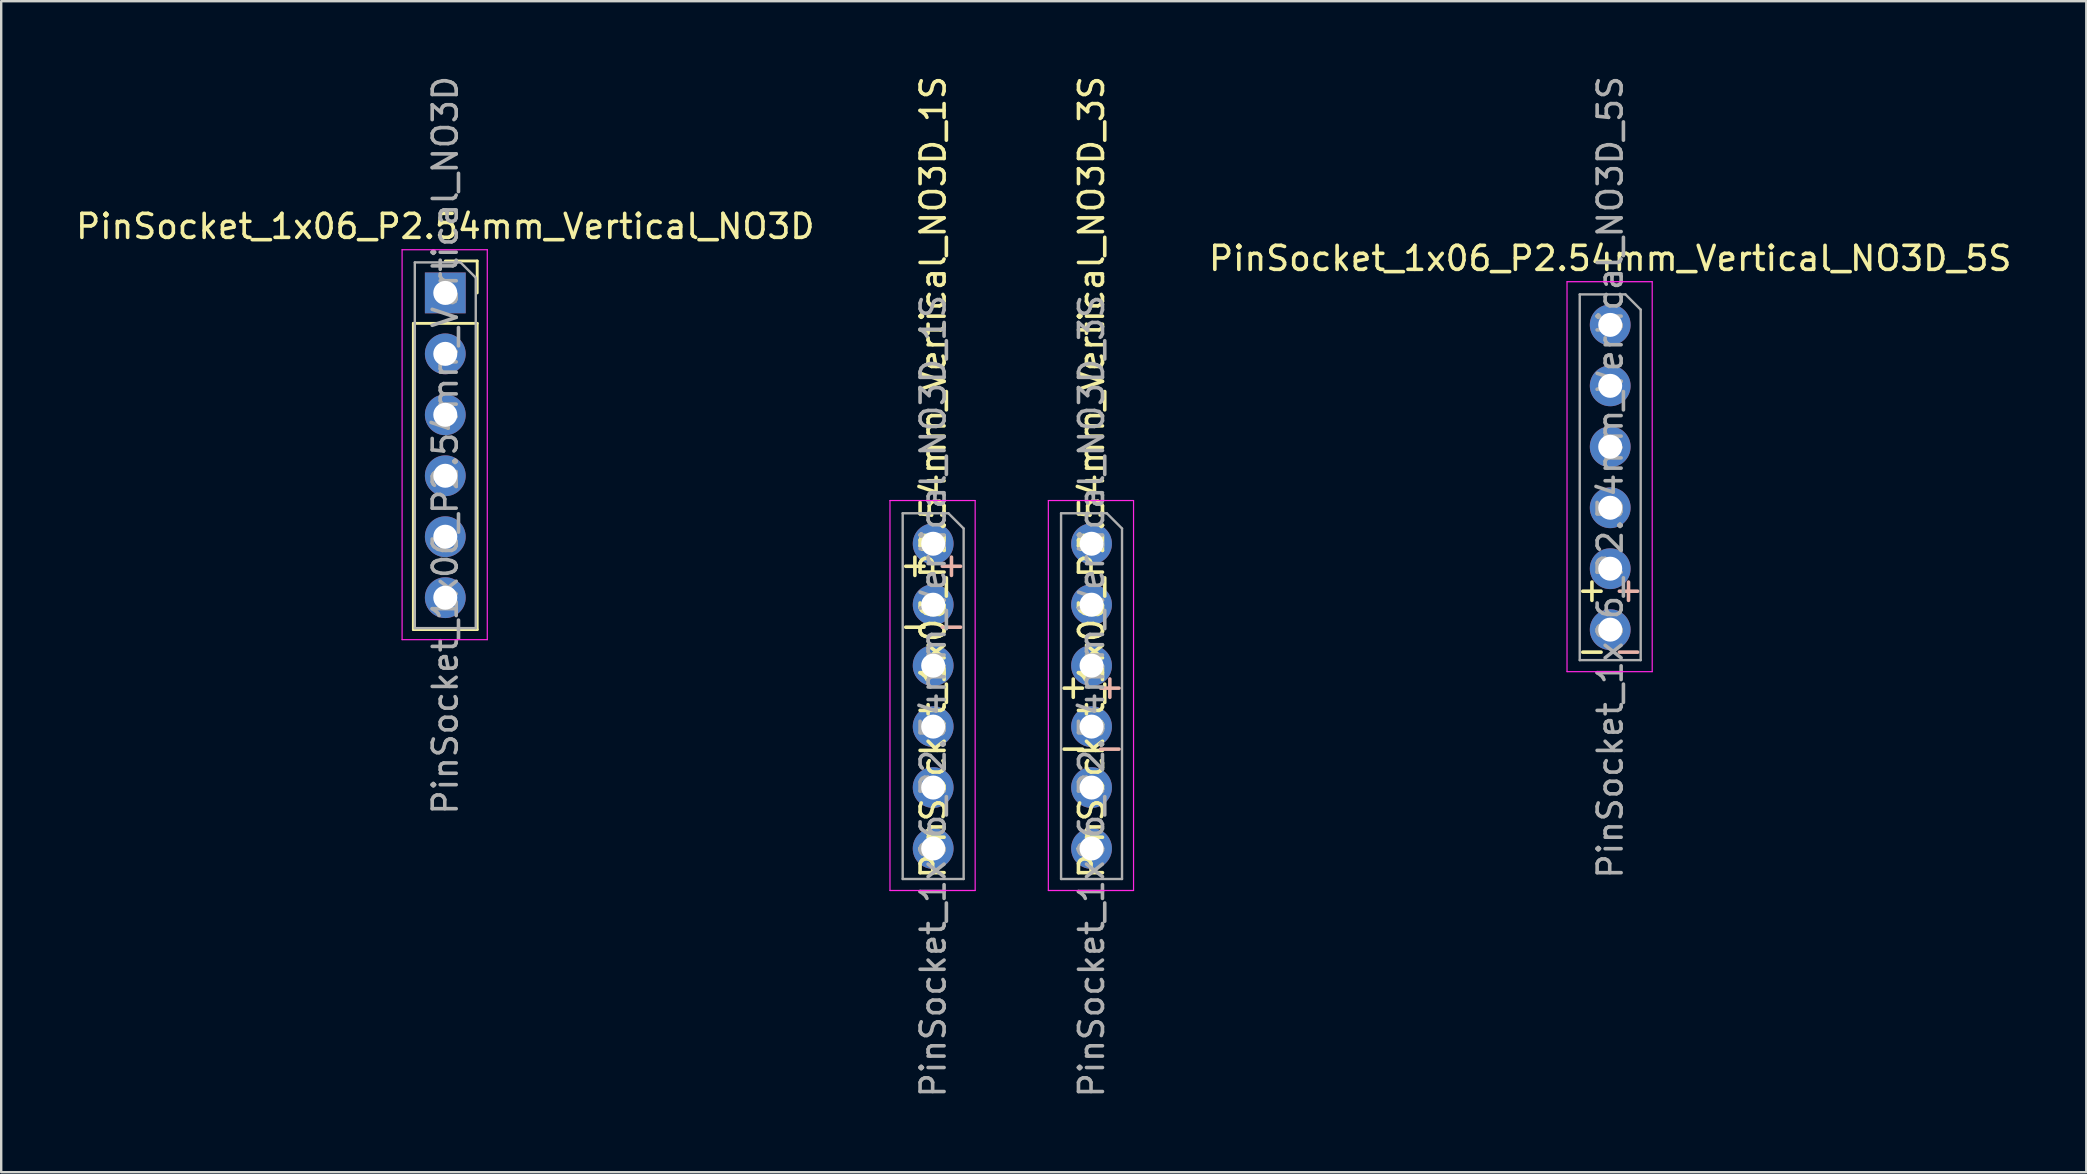
<source format=kicad_pcb>
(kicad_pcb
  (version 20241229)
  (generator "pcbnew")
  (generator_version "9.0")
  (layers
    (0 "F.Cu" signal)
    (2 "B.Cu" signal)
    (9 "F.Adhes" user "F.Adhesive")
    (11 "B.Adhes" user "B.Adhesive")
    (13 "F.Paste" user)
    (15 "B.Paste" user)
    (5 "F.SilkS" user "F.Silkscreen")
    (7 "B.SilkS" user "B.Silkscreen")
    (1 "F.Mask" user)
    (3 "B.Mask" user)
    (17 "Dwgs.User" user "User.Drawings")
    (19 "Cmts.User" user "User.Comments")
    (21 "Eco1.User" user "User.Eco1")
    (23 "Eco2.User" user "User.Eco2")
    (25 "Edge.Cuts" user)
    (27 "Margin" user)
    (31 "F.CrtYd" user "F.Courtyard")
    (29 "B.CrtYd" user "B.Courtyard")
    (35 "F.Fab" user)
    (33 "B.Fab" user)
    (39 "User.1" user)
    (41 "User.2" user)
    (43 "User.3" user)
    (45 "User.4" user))
  (footprint "PinSocket_1x06_P2.54mm_Vertical_NO3D_3S"
    (layer "F.Cu")
    (at 42.437 19.609)
    (property "Reference" "PinSocket_1x06_P2.54mm_Vertical_NO3D_3S" (at 0 -2.77 90) (layer "F.SilkS") (effects (font (size 1 1) (thickness 0.15))))
    (attr through_hole)
    (fp_line (start -1.8 -1.8) (end 1.75 -1.8) (stroke (width 0.05) (type solid)) (layer "F.CrtYd"))
    (fp_line (start -1.8 14.45) (end -1.8 -1.8) (stroke (width 0.05) (type solid)) (layer "F.CrtYd"))
    (fp_line (start 1.75 -1.8) (end 1.75 14.45) (stroke (width 0.05) (type solid)) (layer "F.CrtYd"))
    (fp_line (start 1.75 14.45) (end -1.8 14.45) (stroke (width 0.05) (type solid)) (layer "F.CrtYd"))
    (fp_line (start -1.27 -1.27) (end 0.635 -1.27) (stroke (width 0.1) (type solid)) (layer "F.Fab"))
    (fp_line (start -1.27 13.97) (end -1.27 -1.27) (stroke (width 0.1) (type solid)) (layer "F.Fab"))
    (fp_line (start 0.635 -1.27) (end 1.27 -0.635) (stroke (width 0.1) (type solid)) (layer "F.Fab"))
    (fp_line (start 1.27 -0.635) (end 1.27 13.97) (stroke (width 0.1) (type solid)) (layer "F.Fab"))
    (fp_line (start 1.27 13.97) (end -1.27 13.97) (stroke (width 0.1) (type solid)) (layer "F.Fab"))
    (fp_text user "-" (at -0.762 8.484 180) (layer "F.SilkS") (effects (font (size 1 1) (thickness 0.15))))
    (fp_text user "+" (at -0.762 5.944 0) (layer "F.SilkS") (effects (font (size 1 1) (thickness 0.15))))
    (fp_text user "-" (at 0.762 8.484 180) (layer "B.SilkS") (effects (font (size 1 1) (thickness 0.15)) (justify mirror)))
    (fp_text user "+" (at 0.762 5.944 0) (layer "B.SilkS") (effects (font (size 1 1) (thickness 0.15)) (justify mirror)))
    (fp_text user "${REFERENCE}" (at 0 6.35 90) (layer "F.Fab") (effects (font (size 1 1) (thickness 0.15))))
    (pad "1" thru_hole circle (at 0 0) (size 1.7 1.7) (drill 1) (layers "*.Cu" "*.Mask"))
    (pad "2" thru_hole oval (at 0 2.54) (size 1.7 1.7) (drill 1) (layers "*.Cu" "*.Mask"))
    (pad "3" thru_hole circle (at 0 5.08) (size 1.7 1.7) (drill 1) (layers "*.Cu" "*.Mask"))
    (pad "4" thru_hole oval (at 0 7.62) (size 1.7 1.7) (drill 1) (layers "*.Cu" "*.Mask"))
    (pad "5" thru_hole oval (at 0 10.16) (size 1.7 1.7) (drill 1) (layers "*.Cu" "*.Mask"))
    (pad "6" thru_hole oval (at 0 12.7) (size 1.7 1.7) (drill 1) (layers "*.Cu" "*.Mask")))
  (footprint "PinSocket_1x06_P2.54mm_Vertical_NO3D"
    (layer "F.Cu")
    (at 15.506 9.156)
    (property "Reference" "PinSocket_1x06_P2.54mm_Vertical_NO3D" (at 0 -2.77 0) (layer "F.SilkS") (effects (font (size 1 1) (thickness 0.15))))
    (attr through_hole)
    (fp_line (start -1.33 1.27) (end -1.33 14.03) (stroke (width 0.12) (type solid)) (layer "F.SilkS"))
    (fp_line (start -1.33 1.27) (end 1.33 1.27) (stroke (width 0.12) (type solid)) (layer "F.SilkS"))
    (fp_line (start -1.33 14.03) (end 1.33 14.03) (stroke (width 0.12) (type solid)) (layer "F.SilkS"))
    (fp_line (start 0 -1.33) (end 1.33 -1.33) (stroke (width 0.12) (type solid)) (layer "F.SilkS"))
    (fp_line (start 1.33 -1.33) (end 1.33 0) (stroke (width 0.12) (type solid)) (layer "F.SilkS"))
    (fp_line (start 1.33 1.27) (end 1.33 14.03) (stroke (width 0.12) (type solid)) (layer "F.SilkS"))
    (fp_line (start -1.8 -1.8) (end 1.75 -1.8) (stroke (width 0.05) (type solid)) (layer "F.CrtYd"))
    (fp_line (start -1.8 14.45) (end -1.8 -1.8) (stroke (width 0.05) (type solid)) (layer "F.CrtYd"))
    (fp_line (start 1.75 -1.8) (end 1.75 14.45) (stroke (width 0.05) (type solid)) (layer "F.CrtYd"))
    (fp_line (start 1.75 14.45) (end -1.8 14.45) (stroke (width 0.05) (type solid)) (layer "F.CrtYd"))
    (fp_line (start -1.27 -1.27) (end 0.635 -1.27) (stroke (width 0.1) (type solid)) (layer "F.Fab"))
    (fp_line (start -1.27 13.97) (end -1.27 -1.27) (stroke (width 0.1) (type solid)) (layer "F.Fab"))
    (fp_line (start 0.635 -1.27) (end 1.27 -0.635) (stroke (width 0.1) (type solid)) (layer "F.Fab"))
    (fp_line (start 1.27 -0.635) (end 1.27 13.97) (stroke (width 0.1) (type solid)) (layer "F.Fab"))
    (fp_line (start 1.27 13.97) (end -1.27 13.97) (stroke (width 0.1) (type solid)) (layer "F.Fab"))
    (fp_text user "${REFERENCE}" (at 0 6.35 90) (layer "F.Fab") (effects (font (size 1 1) (thickness 0.15))))
    (pad "1" thru_hole rect (at 0 0) (size 1.7 1.7) (drill 1) (layers "*.Cu" "*.Mask"))
    (pad "2" thru_hole oval (at 0 2.54) (size 1.7 1.7) (drill 1) (layers "*.Cu" "*.Mask"))
    (pad "3" thru_hole oval (at 0 5.08) (size 1.7 1.7) (drill 1) (layers "*.Cu" "*.Mask"))
    (pad "4" thru_hole oval (at 0 7.62) (size 1.7 1.7) (drill 1) (layers "*.Cu" "*.Mask"))
    (pad "5" thru_hole oval (at 0 10.16) (size 1.7 1.7) (drill 1) (layers "*.Cu" "*.Mask"))
    (pad "6" thru_hole oval (at 0 12.7) (size 1.7 1.7) (drill 1) (layers "*.Cu" "*.Mask")))
  (footprint "PinSocket_1x06_P2.54mm_Vertical_NO3D_5S"
    (layer "F.Cu")
    (at 64.051 10.489)
    (property "Reference" "PinSocket_1x06_P2.54mm_Vertical_NO3D_5S" (at 0 -2.77 180) (layer "F.SilkS") (effects (font (size 1 1) (thickness 0.15))))
    (attr through_hole)
    (fp_line (start -1.8 -1.8) (end 1.75 -1.8) (stroke (width 0.05) (type solid)) (layer "F.CrtYd"))
    (fp_line (start -1.8 14.45) (end -1.8 -1.8) (stroke (width 0.05) (type solid)) (layer "F.CrtYd"))
    (fp_line (start 1.75 -1.8) (end 1.75 14.45) (stroke (width 0.05) (type solid)) (layer "F.CrtYd"))
    (fp_line (start 1.75 14.45) (end -1.8 14.45) (stroke (width 0.05) (type solid)) (layer "F.CrtYd"))
    (fp_line (start -1.27 -1.27) (end 0.635 -1.27) (stroke (width 0.1) (type solid)) (layer "F.Fab"))
    (fp_line (start -1.27 13.97) (end -1.27 -1.27) (stroke (width 0.1) (type solid)) (layer "F.Fab"))
    (fp_line (start 0.635 -1.27) (end 1.27 -0.635) (stroke (width 0.1) (type solid)) (layer "F.Fab"))
    (fp_line (start 1.27 -0.635) (end 1.27 13.97) (stroke (width 0.1) (type solid)) (layer "F.Fab"))
    (fp_line (start 1.27 13.97) (end -1.27 13.97) (stroke (width 0.1) (type solid)) (layer "F.Fab"))
    (fp_text user "+" (at -0.762 11.024 0) (layer "F.SilkS") (effects (font (size 1 1) (thickness 0.15))))
    (fp_text user "-" (at -0.762 13.564 180) (layer "F.SilkS") (effects (font (size 1 1) (thickness 0.15))))
    (fp_text user "+" (at 0.762 11.024 0) (layer "B.SilkS") (effects (font (size 1 1) (thickness 0.15)) (justify mirror)))
    (fp_text user "-" (at 0.762 13.564 180) (layer "B.SilkS") (effects (font (size 1 1) (thickness 0.15)) (justify mirror)))
    (fp_text user "${REFERENCE}" (at 0 6.35 90) (layer "F.Fab") (effects (font (size 1 1) (thickness 0.15))))
    (pad "1" thru_hole circle (at 0 0) (size 1.7 1.7) (drill 1) (layers "*.Cu" "*.Mask"))
    (pad "2" thru_hole oval (at 0 2.54) (size 1.7 1.7) (drill 1) (layers "*.Cu" "*.Mask"))
    (pad "3" thru_hole circle (at 0 5.08) (size 1.7 1.7) (drill 1) (layers "*.Cu" "*.Mask"))
    (pad "4" thru_hole oval (at 0 7.62) (size 1.7 1.7) (drill 1) (layers "*.Cu" "*.Mask"))
    (pad "5" thru_hole circle (at 0 10.16) (size 1.7 1.7) (drill 1) (layers "*.Cu" "*.Mask"))
    (pad "6" thru_hole oval (at 0 12.7) (size 1.7 1.7) (drill 1) (layers "*.Cu" "*.Mask")))
  (footprint "PinSocket_1x06_P2.54mm_Vertical_NO3D_1S"
    (layer "F.Cu")
    (at 35.837 19.609)
    (property "Reference" "PinSocket_1x06_P2.54mm_Vertical_NO3D_1S" (at 0 -2.77 90) (layer "F.SilkS") (effects (font (size 1 1) (thickness 0.15))))
    (attr through_hole)
    (fp_line (start -1.8 -1.8) (end 1.75 -1.8) (stroke (width 0.05) (type solid)) (layer "F.CrtYd"))
    (fp_line (start -1.8 14.45) (end -1.8 -1.8) (stroke (width 0.05) (type solid)) (layer "F.CrtYd"))
    (fp_line (start 1.75 -1.8) (end 1.75 14.45) (stroke (width 0.05) (type solid)) (layer "F.CrtYd"))
    (fp_line (start 1.75 14.45) (end -1.8 14.45) (stroke (width 0.05) (type solid)) (layer "F.CrtYd"))
    (fp_line (start -1.27 -1.27) (end 0.635 -1.27) (stroke (width 0.1) (type solid)) (layer "F.Fab"))
    (fp_line (start -1.27 13.97) (end -1.27 -1.27) (stroke (width 0.1) (type solid)) (layer "F.Fab"))
    (fp_line (start 0.635 -1.27) (end 1.27 -0.635) (stroke (width 0.1) (type solid)) (layer "F.Fab"))
    (fp_line (start 1.27 -0.635) (end 1.27 13.97) (stroke (width 0.1) (type solid)) (layer "F.Fab"))
    (fp_line (start 1.27 13.97) (end -1.27 13.97) (stroke (width 0.1) (type solid)) (layer "F.Fab"))
    (fp_text user "+" (at -0.762 0.864 0) (layer "F.SilkS") (effects (font (size 1 1) (thickness 0.15))))
    (fp_text user "-" (at -0.762 3.404 180) (layer "F.SilkS") (effects (font (size 1 1) (thickness 0.15))))
    (fp_text user "+" (at 0.762 0.864 0) (layer "B.SilkS") (effects (font (size 1 1) (thickness 0.15)) (justify mirror)))
    (fp_text user "-" (at 0.762 3.404 180) (layer "B.SilkS") (effects (font (size 1 1) (thickness 0.15)) (justify mirror)))
    (fp_text user "${REFERENCE}" (at 0 6.35 90) (layer "F.Fab") (effects (font (size 1 1) (thickness 0.15))))
    (pad "1" thru_hole circle (at 0 0) (size 1.7 1.7) (drill 1) (layers "*.Cu" "*.Mask"))
    (pad "2" thru_hole oval (at 0 2.54) (size 1.7 1.7) (drill 1) (layers "*.Cu" "*.Mask"))
    (pad "3" thru_hole oval (at 0 5.08) (size 1.7 1.7) (drill 1) (layers "*.Cu" "*.Mask"))
    (pad "4" thru_hole oval (at 0 7.62) (size 1.7 1.7) (drill 1) (layers "*.Cu" "*.Mask"))
    (pad "5" thru_hole oval (at 0 10.16) (size 1.7 1.7) (drill 1) (layers "*.Cu" "*.Mask"))
    (pad "6" thru_hole oval (at 0 12.7) (size 1.7 1.7) (drill 1) (layers "*.Cu" "*.Mask")))
  (gr_rect
    (start -3 -3)
    (end 83.89 45.799)
    (stroke (width 0.1) (type default))
    (fill no)
    (layer "Edge.Cuts")))
</source>
